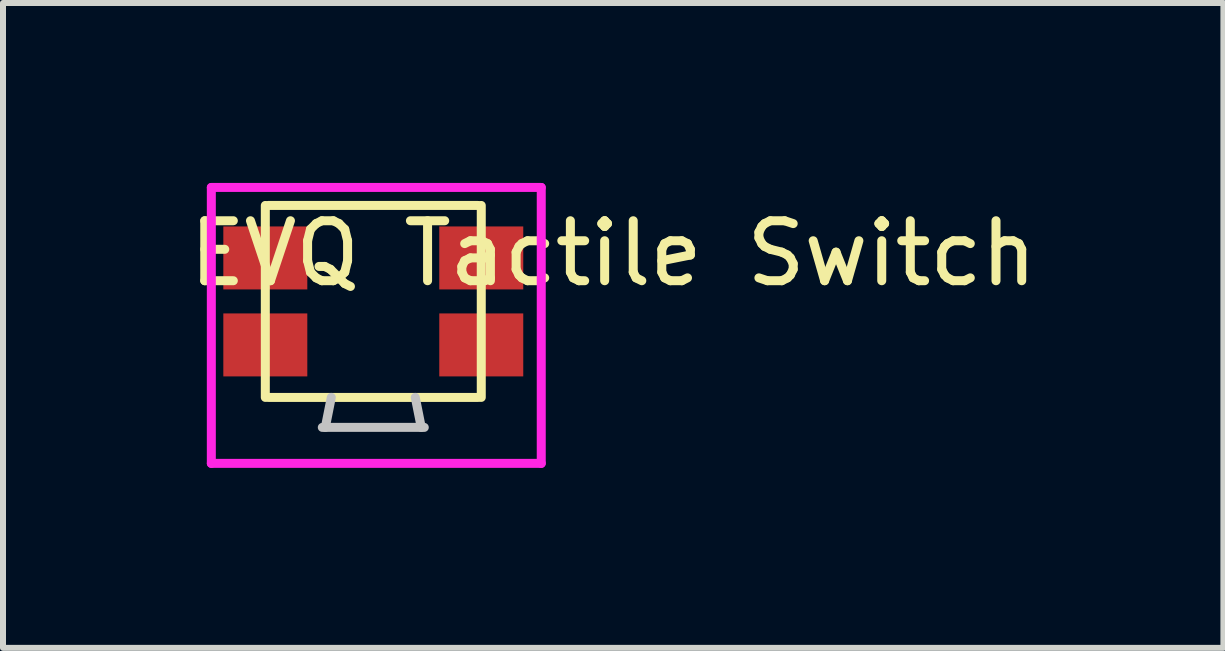
<source format=kicad_pcb>
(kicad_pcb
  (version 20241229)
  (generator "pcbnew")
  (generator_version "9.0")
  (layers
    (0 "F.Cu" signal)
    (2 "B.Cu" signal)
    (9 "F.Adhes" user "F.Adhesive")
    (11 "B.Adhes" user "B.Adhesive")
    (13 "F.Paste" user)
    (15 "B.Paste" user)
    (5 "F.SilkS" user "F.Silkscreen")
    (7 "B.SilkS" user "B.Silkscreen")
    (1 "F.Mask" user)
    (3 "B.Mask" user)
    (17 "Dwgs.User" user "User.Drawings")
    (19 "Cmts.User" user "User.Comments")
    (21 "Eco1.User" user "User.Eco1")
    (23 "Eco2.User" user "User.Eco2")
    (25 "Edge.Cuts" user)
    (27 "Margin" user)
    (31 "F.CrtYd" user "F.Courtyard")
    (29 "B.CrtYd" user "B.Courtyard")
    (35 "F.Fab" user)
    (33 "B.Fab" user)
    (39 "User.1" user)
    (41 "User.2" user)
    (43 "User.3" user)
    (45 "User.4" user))
  (footprint "EVQ Tactile Switch"
    (layer "F.Cu")
    (at 3.173 1.975)
    (property "Reference" "EVQ Tactile Switch" (at 4 -0.8 0) (layer "F.SilkS") (effects (font (size 1 1) (thickness 0.15))))
    (attr through_hole)
    (fp_line (start -1.8 -1.6) (end -1.8 1.6) (stroke (width 0.15) (type solid)) (layer "F.SilkS"))
    (fp_line (start -1.75 -1.6) (end 1.75 -1.6) (stroke (width 0.15) (type solid)) (layer "F.SilkS"))
    (fp_line (start -1.75 1.6) (end 1.75 1.6) (stroke (width 0.15) (type solid)) (layer "F.SilkS"))
    (fp_line (start 1.8 1.6) (end 1.8 -1.6) (stroke (width 0.15) (type solid)) (layer "F.SilkS"))
    (fp_line (start -0.8 2.1) (end -0.7 1.6) (stroke (width 0.15) (type solid)) (layer "Dwgs.User"))
    (fp_line (start 0.8 2.1) (end 0.7 1.6) (stroke (width 0.15) (type solid)) (layer "Dwgs.User"))
    (fp_line (start 0.85 2.1) (end -0.85 2.1) (stroke (width 0.15) (type solid)) (layer "Dwgs.User"))
    (fp_line (start -2.7 -1.9) (end 2.8 -1.9) (stroke (width 0.15) (type solid)) (layer "F.CrtYd"))
    (fp_line (start -2.7 2.7) (end -2.7 -1.9) (stroke (width 0.15) (type solid)) (layer "F.CrtYd"))
    (fp_line (start 2.8 -1.9) (end 2.8 2.7) (stroke (width 0.15) (type solid)) (layer "F.CrtYd"))
    (fp_line (start 2.8 2.7) (end -2.7 2.7) (stroke (width 0.15) (type solid)) (layer "F.CrtYd"))
    (pad "1" smd rect (at -1.8 -0.725) (size 1.4 1.05) (layers "F.Cu" "F.Mask" "F.Paste"))
    (pad "1" smd rect (at 1.8 -0.725) (size 1.4 1.05) (layers "F.Cu" "F.Mask" "F.Paste"))
    (pad "2" smd rect (at -1.8 0.725) (size 1.4 1.05) (layers "F.Cu" "F.Mask" "F.Paste"))
    (pad "2" smd rect (at 1.8 0.725) (size 1.4 1.05) (layers "F.Cu" "F.Mask" "F.Paste")))
  (gr_rect
    (start -3 -3)
    (end 17.345 7.75)
    (stroke (width 0.1) (type default))
    (fill no)
    (layer "Edge.Cuts")))
</source>
